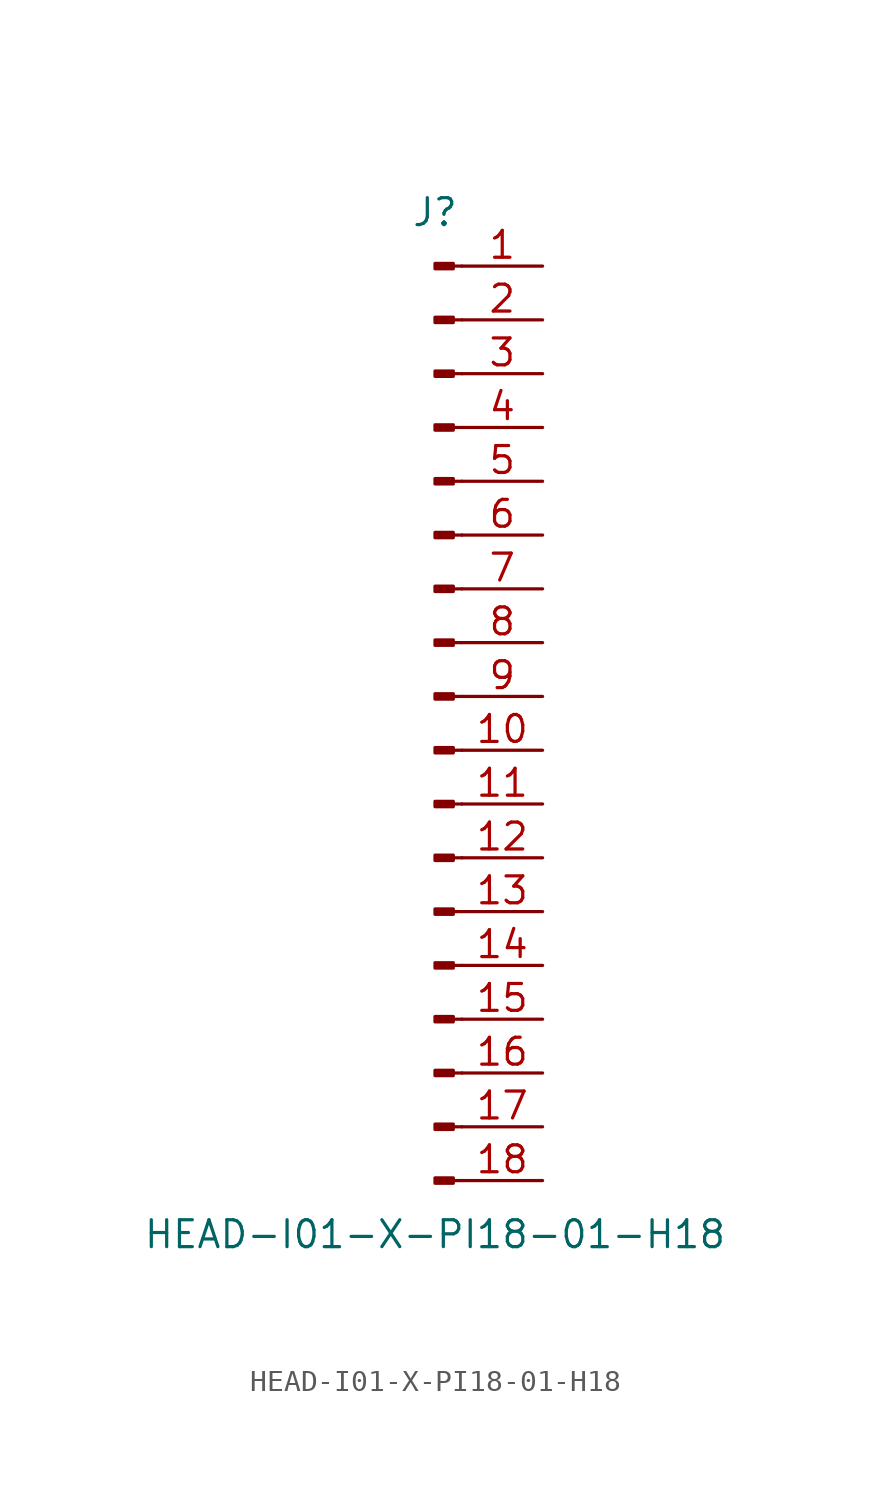
<source format=kicad_sym>
(kicad_symbol_lib
  (version 20211014)
  (generator kicad_symbol_editor)
  (symbol "HEAD-I01-X-PI18-01-H18"
    (pin_names
      (offset 1.016) hide)
    (property "Reference" "J"
      (at 0 22.86 0)
      (effects (font (size 1.27 1.27))))
    (property "Value" "HEAD-I01-X-PI18-01-H18"
      (at 0 -25.4 0)
      (effects (font (size 1.27 1.27))))
    (symbol "HEAD-I01-X-PI18-01-H18_1_1"
      (polyline (pts (xy 1.27 -22.86) (xy 0.864 -22.86)) (stroke (width 0.152) (type default) (color 0 0 0 0)) (fill (type none)))
      (polyline (pts (xy 1.27 -20.32) (xy 0.864 -20.32)) (stroke (width 0.152) (type default) (color 0 0 0 0)) (fill (type none)))
      (polyline (pts (xy 1.27 -17.78) (xy 0.864 -17.78)) (stroke (width 0.152) (type default) (color 0 0 0 0)) (fill (type none)))
      (polyline (pts (xy 1.27 -15.24) (xy 0.864 -15.24)) (stroke (width 0.152) (type default) (color 0 0 0 0)) (fill (type none)))
      (polyline (pts (xy 1.27 -12.7) (xy 0.864 -12.7)) (stroke (width 0.152) (type default) (color 0 0 0 0)) (fill (type none)))
      (polyline (pts (xy 1.27 -10.16) (xy 0.864 -10.16)) (stroke (width 0.152) (type default) (color 0 0 0 0)) (fill (type none)))
      (polyline (pts (xy 1.27 -7.62) (xy 0.864 -7.62)) (stroke (width 0.152) (type default) (color 0 0 0 0)) (fill (type none)))
      (polyline (pts (xy 1.27 -5.08) (xy 0.864 -5.08)) (stroke (width 0.152) (type default) (color 0 0 0 0)) (fill (type none)))
      (polyline (pts (xy 1.27 -2.54) (xy 0.864 -2.54)) (stroke (width 0.152) (type default) (color 0 0 0 0)) (fill (type none)))
      (polyline (pts (xy 1.27 0) (xy 0.864 0)) (stroke (width 0.152) (type default) (color 0 0 0 0)) (fill (type none)))
      (polyline (pts (xy 1.27 2.54) (xy 0.864 2.54)) (stroke (width 0.152) (type default) (color 0 0 0 0)) (fill (type none)))
      (polyline (pts (xy 1.27 5.08) (xy 0.864 5.08)) (stroke (width 0.152) (type default) (color 0 0 0 0)) (fill (type none)))
      (polyline (pts (xy 1.27 7.62) (xy 0.864 7.62)) (stroke (width 0.152) (type default) (color 0 0 0 0)) (fill (type none)))
      (polyline (pts (xy 1.27 10.16) (xy 0.864 10.16)) (stroke (width 0.152) (type default) (color 0 0 0 0)) (fill (type none)))
      (polyline (pts (xy 1.27 12.7) (xy 0.864 12.7)) (stroke (width 0.152) (type default) (color 0 0 0 0)) (fill (type none)))
      (polyline (pts (xy 1.27 15.24) (xy 0.864 15.24)) (stroke (width 0.152) (type default) (color 0 0 0 0)) (fill (type none)))
      (polyline (pts (xy 1.27 17.78) (xy 0.864 17.78)) (stroke (width 0.152) (type default) (color 0 0 0 0)) (fill (type none)))
      (polyline (pts (xy 1.27 20.32) (xy 0.864 20.32)) (stroke (width 0.152) (type default) (color 0 0 0 0)) (fill (type none)))
      (rectangle (start 0.864 -22.733) (end 0 -22.987) (stroke (width 0.152) (type default) (color 0 0 0 0)) (fill (type outline)))
      (rectangle (start 0.864 -20.193) (end 0 -20.447) (stroke (width 0.152) (type default) (color 0 0 0 0)) (fill (type outline)))
      (rectangle (start 0.864 -17.653) (end 0 -17.907) (stroke (width 0.152) (type default) (color 0 0 0 0)) (fill (type outline)))
      (rectangle (start 0.864 -15.113) (end 0 -15.367) (stroke (width 0.152) (type default) (color 0 0 0 0)) (fill (type outline)))
      (rectangle (start 0.864 -12.573) (end 0 -12.827) (stroke (width 0.152) (type default) (color 0 0 0 0)) (fill (type outline)))
      (rectangle (start 0.864 -10.033) (end 0 -10.287) (stroke (width 0.152) (type default) (color 0 0 0 0)) (fill (type outline)))
      (rectangle (start 0.864 -7.493) (end 0 -7.747) (stroke (width 0.152) (type default) (color 0 0 0 0)) (fill (type outline)))
      (rectangle (start 0.864 -4.953) (end 0 -5.207) (stroke (width 0.152) (type default) (color 0 0 0 0)) (fill (type outline)))
      (rectangle (start 0.864 -2.413) (end 0 -2.667) (stroke (width 0.152) (type default) (color 0 0 0 0)) (fill (type outline)))
      (rectangle (start 0.864 0.127) (end 0 -0.127) (stroke (width 0.152) (type default) (color 0 0 0 0)) (fill (type outline)))
      (rectangle (start 0.864 2.667) (end 0 2.413) (stroke (width 0.152) (type default) (color 0 0 0 0)) (fill (type outline)))
      (rectangle (start 0.864 5.207) (end 0 4.953) (stroke (width 0.152) (type default) (color 0 0 0 0)) (fill (type outline)))
      (rectangle (start 0.864 7.747) (end 0 7.493) (stroke (width 0.152) (type default) (color 0 0 0 0)) (fill (type outline)))
      (rectangle (start 0.864 10.287) (end 0 10.033) (stroke (width 0.152) (type default) (color 0 0 0 0)) (fill (type outline)))
      (rectangle (start 0.864 12.827) (end 0 12.573) (stroke (width 0.152) (type default) (color 0 0 0 0)) (fill (type outline)))
      (rectangle (start 0.864 15.367) (end 0 15.113) (stroke (width 0.152) (type default) (color 0 0 0 0)) (fill (type outline)))
      (rectangle (start 0.864 17.907) (end 0 17.653) (stroke (width 0.152) (type default) (color 0 0 0 0)) (fill (type outline)))
      (rectangle (start 0.864 20.447) (end 0 20.193) (stroke (width 0.152) (type default) (color 0 0 0 0)) (fill (type outline)))
      (pin passive line (at 5.08 20.32 180) (length 3.81) (name "Pin_1" (effects (font (size 1.27 1.27)))) (number "1" (effects (font (size 1.27 1.27)))))
      (pin passive line (at 5.08 -2.54 180) (length 3.81) (name "Pin_10" (effects (font (size 1.27 1.27)))) (number "10" (effects (font (size 1.27 1.27)))))
      (pin passive line (at 5.08 -5.08 180) (length 3.81) (name "Pin_11" (effects (font (size 1.27 1.27)))) (number "11" (effects (font (size 1.27 1.27)))))
      (pin passive line (at 5.08 -7.62 180) (length 3.81) (name "Pin_12" (effects (font (size 1.27 1.27)))) (number "12" (effects (font (size 1.27 1.27)))))
      (pin passive line (at 5.08 -10.16 180) (length 3.81) (name "Pin_13" (effects (font (size 1.27 1.27)))) (number "13" (effects (font (size 1.27 1.27)))))
      (pin passive line (at 5.08 -12.7 180) (length 3.81) (name "Pin_14" (effects (font (size 1.27 1.27)))) (number "14" (effects (font (size 1.27 1.27)))))
      (pin passive line (at 5.08 -15.24 180) (length 3.81) (name "Pin_15" (effects (font (size 1.27 1.27)))) (number "15" (effects (font (size 1.27 1.27)))))
      (pin passive line (at 5.08 -17.78 180) (length 3.81) (name "Pin_16" (effects (font (size 1.27 1.27)))) (number "16" (effects (font (size 1.27 1.27)))))
      (pin passive line (at 5.08 -20.32 180) (length 3.81) (name "Pin_17" (effects (font (size 1.27 1.27)))) (number "17" (effects (font (size 1.27 1.27)))))
      (pin passive line (at 5.08 -22.86 180) (length 3.81) (name "Pin_18" (effects (font (size 1.27 1.27)))) (number "18" (effects (font (size 1.27 1.27)))))
      (pin passive line (at 5.08 17.78 180) (length 3.81) (name "Pin_2" (effects (font (size 1.27 1.27)))) (number "2" (effects (font (size 1.27 1.27)))))
      (pin passive line (at 5.08 15.24 180) (length 3.81) (name "Pin_3" (effects (font (size 1.27 1.27)))) (number "3" (effects (font (size 1.27 1.27)))))
      (pin passive line (at 5.08 12.7 180) (length 3.81) (name "Pin_4" (effects (font (size 1.27 1.27)))) (number "4" (effects (font (size 1.27 1.27)))))
      (pin passive line (at 5.08 10.16 180) (length 3.81) (name "Pin_5" (effects (font (size 1.27 1.27)))) (number "5" (effects (font (size 1.27 1.27)))))
      (pin passive line (at 5.08 7.62 180) (length 3.81) (name "Pin_6" (effects (font (size 1.27 1.27)))) (number "6" (effects (font (size 1.27 1.27)))))
      (pin passive line (at 5.08 5.08 180) (length 3.81) (name "Pin_7" (effects (font (size 1.27 1.27)))) (number "7" (effects (font (size 1.27 1.27)))))
      (pin passive line (at 5.08 2.54 180) (length 3.81) (name "Pin_8" (effects (font (size 1.27 1.27)))) (number "8" (effects (font (size 1.27 1.27)))))
      (pin passive line (at 5.08 0 180) (length 3.81) (name "Pin_9" (effects (font (size 1.27 1.27)))) (number "9" (effects (font (size 1.27 1.27))))))))
</source>
